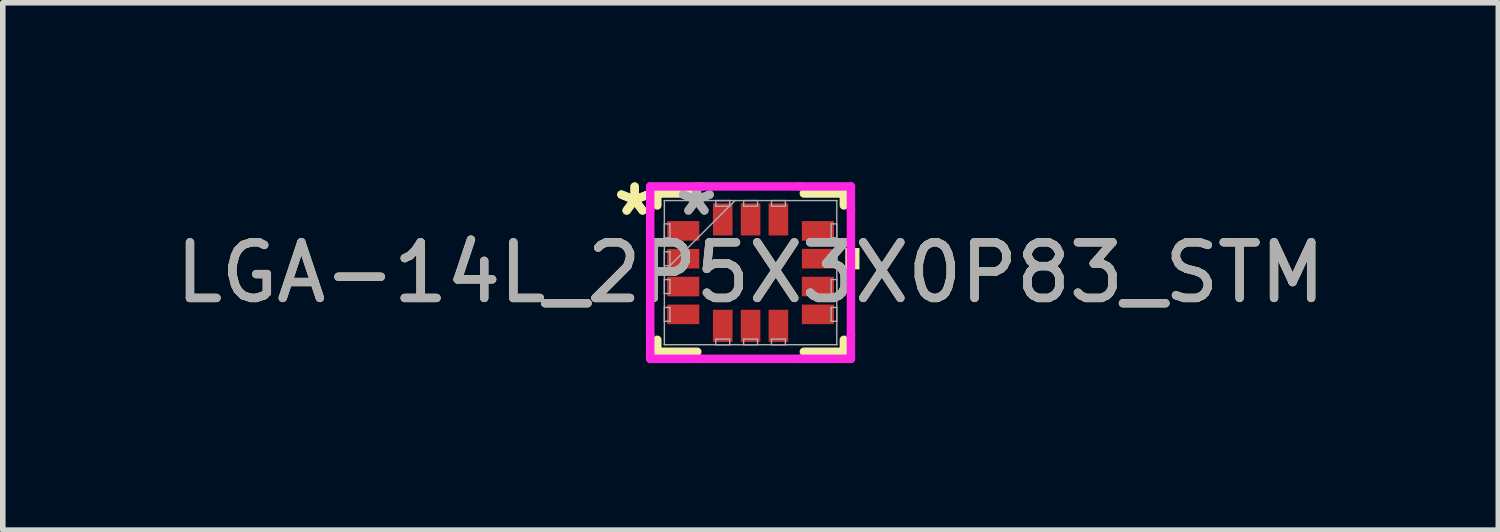
<source format=kicad_pcb>
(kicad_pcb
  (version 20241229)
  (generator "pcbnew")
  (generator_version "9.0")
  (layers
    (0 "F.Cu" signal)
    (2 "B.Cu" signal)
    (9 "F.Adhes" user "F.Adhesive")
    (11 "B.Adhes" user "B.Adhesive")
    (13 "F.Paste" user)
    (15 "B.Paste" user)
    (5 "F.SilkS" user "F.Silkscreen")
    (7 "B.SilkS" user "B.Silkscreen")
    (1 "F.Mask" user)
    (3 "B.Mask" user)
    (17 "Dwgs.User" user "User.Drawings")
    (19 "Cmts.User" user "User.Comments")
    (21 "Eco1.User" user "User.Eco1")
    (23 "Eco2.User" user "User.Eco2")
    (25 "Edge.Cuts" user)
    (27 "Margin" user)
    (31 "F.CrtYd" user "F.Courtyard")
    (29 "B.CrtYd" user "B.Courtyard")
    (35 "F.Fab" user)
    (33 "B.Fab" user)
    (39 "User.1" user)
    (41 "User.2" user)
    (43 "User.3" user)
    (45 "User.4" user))
  (footprint "LGA-14L_2P5X3X0P83_STM"
    (layer "F.Cu")
    (at 10.435 1.848)
    (property "Reference" "LGA-14L_2P5X3X0P83_STM" (at 0 0 0) (unlocked yes) (layer "F.SilkS") (effects (font (size 1 1) (thickness 0.15))))
    (attr smd)
    (fp_line (start -1.676 -1.422) (end -1.676 -1.207) (stroke (width 0.152) (type solid)) (layer "F.SilkS"))
    (fp_line (start -1.676 1.207) (end -1.676 1.422) (stroke (width 0.152) (type solid)) (layer "F.SilkS"))
    (fp_line (start -1.676 1.422) (end -0.957 1.422) (stroke (width 0.152) (type solid)) (layer "F.SilkS"))
    (fp_line (start -0.957 -1.422) (end -1.676 -1.422) (stroke (width 0.152) (type solid)) (layer "F.SilkS"))
    (fp_line (start 0.957 1.422) (end 1.676 1.422) (stroke (width 0.152) (type solid)) (layer "F.SilkS"))
    (fp_line (start 1.676 -1.422) (end 0.957 -1.422) (stroke (width 0.152) (type solid)) (layer "F.SilkS"))
    (fp_line (start 1.676 -1.207) (end 1.676 -1.422) (stroke (width 0.152) (type solid)) (layer "F.SilkS"))
    (fp_line (start 1.676 1.422) (end 1.676 1.207) (stroke (width 0.152) (type solid)) (layer "F.SilkS"))
    (fp_poly (pts (xy 1.956 -0.441) (xy 1.956 -0.059) (xy 1.702 -0.059) (xy 1.702 -0.441)) (stroke (width 0) (type solid)) (fill yes) (layer "F.SilkS"))
    (fp_line (start -1.803 -1.549) (end -0.879 -1.549) (stroke (width 0.152) (type solid)) (layer "F.CrtYd"))
    (fp_line (start -1.803 -1.129) (end -1.803 -1.549) (stroke (width 0.152) (type solid)) (layer "F.CrtYd"))
    (fp_line (start -1.803 -1.129) (end -1.803 -1.129) (stroke (width 0.152) (type solid)) (layer "F.CrtYd"))
    (fp_line (start -1.803 1.129) (end -1.803 -1.129) (stroke (width 0.152) (type solid)) (layer "F.CrtYd"))
    (fp_line (start -1.803 1.129) (end -1.803 1.129) (stroke (width 0.152) (type solid)) (layer "F.CrtYd"))
    (fp_line (start -1.803 1.549) (end -1.803 1.129) (stroke (width 0.152) (type solid)) (layer "F.CrtYd"))
    (fp_line (start -0.879 -1.549) (end -0.879 -1.549) (stroke (width 0.152) (type solid)) (layer "F.CrtYd"))
    (fp_line (start -0.879 -1.549) (end 0.879 -1.549) (stroke (width 0.152) (type solid)) (layer "F.CrtYd"))
    (fp_line (start -0.879 1.549) (end -1.803 1.549) (stroke (width 0.152) (type solid)) (layer "F.CrtYd"))
    (fp_line (start -0.879 1.549) (end -0.879 1.549) (stroke (width 0.152) (type solid)) (layer "F.CrtYd"))
    (fp_line (start 0.879 -1.549) (end 0.879 -1.549) (stroke (width 0.152) (type solid)) (layer "F.CrtYd"))
    (fp_line (start 0.879 -1.549) (end 1.803 -1.549) (stroke (width 0.152) (type solid)) (layer "F.CrtYd"))
    (fp_line (start 0.879 1.549) (end -0.879 1.549) (stroke (width 0.152) (type solid)) (layer "F.CrtYd"))
    (fp_line (start 0.879 1.549) (end 0.879 1.549) (stroke (width 0.152) (type solid)) (layer "F.CrtYd"))
    (fp_line (start 1.803 -1.549) (end 1.803 -1.129) (stroke (width 0.152) (type solid)) (layer "F.CrtYd"))
    (fp_line (start 1.803 -1.129) (end 1.803 -1.129) (stroke (width 0.152) (type solid)) (layer "F.CrtYd"))
    (fp_line (start 1.803 -1.129) (end 1.803 1.129) (stroke (width 0.152) (type solid)) (layer "F.CrtYd"))
    (fp_line (start 1.803 1.129) (end 1.803 1.129) (stroke (width 0.152) (type solid)) (layer "F.CrtYd"))
    (fp_line (start 1.803 1.129) (end 1.803 1.549) (stroke (width 0.152) (type solid)) (layer "F.CrtYd"))
    (fp_line (start 1.803 1.549) (end 0.879 1.549) (stroke (width 0.152) (type solid)) (layer "F.CrtYd"))
    (fp_line (start -1.549 -1.295) (end -1.549 -1.295) (stroke (width 0.025) (type solid)) (layer "F.Fab"))
    (fp_line (start -1.549 -1.295) (end -1.549 1.295) (stroke (width 0.025) (type solid)) (layer "F.Fab"))
    (fp_line (start -1.549 -0.875) (end -1.448 -0.875) (stroke (width 0.025) (type solid)) (layer "F.Fab"))
    (fp_line (start -1.549 -0.625) (end -1.549 -0.875) (stroke (width 0.025) (type solid)) (layer "F.Fab"))
    (fp_line (start -1.549 -0.375) (end -1.448 -0.375) (stroke (width 0.025) (type solid)) (layer "F.Fab"))
    (fp_line (start -1.549 -0.125) (end -1.549 -0.375) (stroke (width 0.025) (type solid)) (layer "F.Fab"))
    (fp_line (start -1.549 -0.025) (end -0.279 -1.295) (stroke (width 0.025) (type solid)) (layer "F.Fab"))
    (fp_line (start -1.549 0.125) (end -1.448 0.125) (stroke (width 0.025) (type solid)) (layer "F.Fab"))
    (fp_line (start -1.549 0.375) (end -1.549 0.125) (stroke (width 0.025) (type solid)) (layer "F.Fab"))
    (fp_line (start -1.549 0.625) (end -1.448 0.625) (stroke (width 0.025) (type solid)) (layer "F.Fab"))
    (fp_line (start -1.549 0.875) (end -1.549 0.625) (stroke (width 0.025) (type solid)) (layer "F.Fab"))
    (fp_line (start -1.549 1.295) (end -1.549 1.295) (stroke (width 0.025) (type solid)) (layer "F.Fab"))
    (fp_line (start -1.549 1.295) (end 1.549 1.295) (stroke (width 0.025) (type solid)) (layer "F.Fab"))
    (fp_line (start -1.448 -0.875) (end -1.448 -0.625) (stroke (width 0.025) (type solid)) (layer "F.Fab"))
    (fp_line (start -1.448 -0.625) (end -1.549 -0.625) (stroke (width 0.025) (type solid)) (layer "F.Fab"))
    (fp_line (start -1.448 -0.375) (end -1.448 -0.125) (stroke (width 0.025) (type solid)) (layer "F.Fab"))
    (fp_line (start -1.448 -0.125) (end -1.549 -0.125) (stroke (width 0.025) (type solid)) (layer "F.Fab"))
    (fp_line (start -1.448 0.125) (end -1.448 0.375) (stroke (width 0.025) (type solid)) (layer "F.Fab"))
    (fp_line (start -1.448 0.375) (end -1.549 0.375) (stroke (width 0.025) (type solid)) (layer "F.Fab"))
    (fp_line (start -1.448 0.625) (end -1.448 0.875) (stroke (width 0.025) (type solid)) (layer "F.Fab"))
    (fp_line (start -1.448 0.875) (end -1.549 0.875) (stroke (width 0.025) (type solid)) (layer "F.Fab"))
    (fp_line (start -0.625 -1.295) (end -0.375 -1.295) (stroke (width 0.025) (type solid)) (layer "F.Fab"))
    (fp_line (start -0.625 -1.194) (end -0.625 -1.295) (stroke (width 0.025) (type solid)) (layer "F.Fab"))
    (fp_line (start -0.625 1.194) (end -0.375 1.194) (stroke (width 0.025) (type solid)) (layer "F.Fab"))
    (fp_line (start -0.625 1.295) (end -0.625 1.194) (stroke (width 0.025) (type solid)) (layer "F.Fab"))
    (fp_line (start -0.375 -1.295) (end -0.375 -1.194) (stroke (width 0.025) (type solid)) (layer "F.Fab"))
    (fp_line (start -0.375 -1.194) (end -0.625 -1.194) (stroke (width 0.025) (type solid)) (layer "F.Fab"))
    (fp_line (start -0.375 1.194) (end -0.375 1.295) (stroke (width 0.025) (type solid)) (layer "F.Fab"))
    (fp_line (start -0.375 1.295) (end -0.625 1.295) (stroke (width 0.025) (type solid)) (layer "F.Fab"))
    (fp_line (start -0.125 -1.295) (end 0.125 -1.295) (stroke (width 0.025) (type solid)) (layer "F.Fab"))
    (fp_line (start -0.125 -1.194) (end -0.125 -1.295) (stroke (width 0.025) (type solid)) (layer "F.Fab"))
    (fp_line (start -0.125 1.194) (end 0.125 1.194) (stroke (width 0.025) (type solid)) (layer "F.Fab"))
    (fp_line (start -0.125 1.295) (end -0.125 1.194) (stroke (width 0.025) (type solid)) (layer "F.Fab"))
    (fp_line (start 0.125 -1.295) (end 0.125 -1.194) (stroke (width 0.025) (type solid)) (layer "F.Fab"))
    (fp_line (start 0.125 -1.194) (end -0.125 -1.194) (stroke (width 0.025) (type solid)) (layer "F.Fab"))
    (fp_line (start 0.125 1.194) (end 0.125 1.295) (stroke (width 0.025) (type solid)) (layer "F.Fab"))
    (fp_line (start 0.125 1.295) (end -0.125 1.295) (stroke (width 0.025) (type solid)) (layer "F.Fab"))
    (fp_line (start 0.375 -1.295) (end 0.625 -1.295) (stroke (width 0.025) (type solid)) (layer "F.Fab"))
    (fp_line (start 0.375 -1.194) (end 0.375 -1.295) (stroke (width 0.025) (type solid)) (layer "F.Fab"))
    (fp_line (start 0.375 1.194) (end 0.625 1.194) (stroke (width 0.025) (type solid)) (layer "F.Fab"))
    (fp_line (start 0.375 1.295) (end 0.375 1.194) (stroke (width 0.025) (type solid)) (layer "F.Fab"))
    (fp_line (start 0.625 -1.295) (end 0.625 -1.194) (stroke (width 0.025) (type solid)) (layer "F.Fab"))
    (fp_line (start 0.625 -1.194) (end 0.375 -1.194) (stroke (width 0.025) (type solid)) (layer "F.Fab"))
    (fp_line (start 0.625 1.194) (end 0.625 1.295) (stroke (width 0.025) (type solid)) (layer "F.Fab"))
    (fp_line (start 0.625 1.295) (end 0.375 1.295) (stroke (width 0.025) (type solid)) (layer "F.Fab"))
    (fp_line (start 1.448 -0.875) (end 1.549 -0.875) (stroke (width 0.025) (type solid)) (layer "F.Fab"))
    (fp_line (start 1.448 -0.625) (end 1.448 -0.875) (stroke (width 0.025) (type solid)) (layer "F.Fab"))
    (fp_line (start 1.448 -0.375) (end 1.549 -0.375) (stroke (width 0.025) (type solid)) (layer "F.Fab"))
    (fp_line (start 1.448 -0.125) (end 1.448 -0.375) (stroke (width 0.025) (type solid)) (layer "F.Fab"))
    (fp_line (start 1.448 0.125) (end 1.549 0.125) (stroke (width 0.025) (type solid)) (layer "F.Fab"))
    (fp_line (start 1.448 0.375) (end 1.448 0.125) (stroke (width 0.025) (type solid)) (layer "F.Fab"))
    (fp_line (start 1.448 0.625) (end 1.549 0.625) (stroke (width 0.025) (type solid)) (layer "F.Fab"))
    (fp_line (start 1.448 0.875) (end 1.448 0.625) (stroke (width 0.025) (type solid)) (layer "F.Fab"))
    (fp_line (start 1.549 -1.295) (end -1.549 -1.295) (stroke (width 0.025) (type solid)) (layer "F.Fab"))
    (fp_line (start 1.549 -1.295) (end 1.549 -1.295) (stroke (width 0.025) (type solid)) (layer "F.Fab"))
    (fp_line (start 1.549 -0.875) (end 1.549 -0.625) (stroke (width 0.025) (type solid)) (layer "F.Fab"))
    (fp_line (start 1.549 -0.625) (end 1.448 -0.625) (stroke (width 0.025) (type solid)) (layer "F.Fab"))
    (fp_line (start 1.549 -0.375) (end 1.549 -0.125) (stroke (width 0.025) (type solid)) (layer "F.Fab"))
    (fp_line (start 1.549 -0.125) (end 1.448 -0.125) (stroke (width 0.025) (type solid)) (layer "F.Fab"))
    (fp_line (start 1.549 0.125) (end 1.549 0.375) (stroke (width 0.025) (type solid)) (layer "F.Fab"))
    (fp_line (start 1.549 0.375) (end 1.448 0.375) (stroke (width 0.025) (type solid)) (layer "F.Fab"))
    (fp_line (start 1.549 0.625) (end 1.549 0.875) (stroke (width 0.025) (type solid)) (layer "F.Fab"))
    (fp_line (start 1.549 0.875) (end 1.448 0.875) (stroke (width 0.025) (type solid)) (layer "F.Fab"))
    (fp_line (start 1.549 1.295) (end 1.549 -1.295) (stroke (width 0.025) (type solid)) (layer "F.Fab"))
    (fp_line (start 1.549 1.295) (end 1.549 1.295) (stroke (width 0.025) (type solid)) (layer "F.Fab"))
    (fp_text user "*" (at -2.083 -1 0) (unlocked yes) (layer "F.SilkS") (effects (font (size 1 1) (thickness 0.15))))
    (fp_text user "*" (at -2.083 -1 0) (layer "F.SilkS") (effects (font (size 1 1) (thickness 0.15))))
    (fp_text user "${REFERENCE}" (at 0 0 0) (unlocked yes) (layer "F.Fab") (effects (font (size 1 1) (thickness 0.15))))
    (fp_text user "*" (at -0.973 -1 0) (unlocked yes) (layer "F.Fab") (effects (font (size 1 1) (thickness 0.15))))
    (fp_text user "*" (at -0.973 -1 0) (layer "F.Fab") (effects (font (size 1 1) (thickness 0.15))))
    (pad "1" smd rect (at -1.21 -0.75 90) (size 0.352 0.577) (layers "F.Cu" "F.Mask" "F.Paste"))
    (pad "2" smd rect (at -1.21 -0.25 90) (size 0.352 0.577) (layers "F.Cu" "F.Mask" "F.Paste"))
    (pad "3" smd rect (at -1.21 0.25 90) (size 0.352 0.577) (layers "F.Cu" "F.Mask" "F.Paste"))
    (pad "4" smd rect (at -1.21 0.75 90) (size 0.352 0.577) (layers "F.Cu" "F.Mask" "F.Paste"))
    (pad "5" smd rect (at -0.5 0.956) (size 0.352 0.577) (layers "F.Cu" "F.Mask" "F.Paste"))
    (pad "6" smd rect (at 0 0.956) (size 0.352 0.577) (layers "F.Cu" "F.Mask" "F.Paste"))
    (pad "7" smd rect (at 0.5 0.956) (size 0.352 0.577) (layers "F.Cu" "F.Mask" "F.Paste"))
    (pad "8" smd rect (at 1.21 0.75 90) (size 0.352 0.577) (layers "F.Cu" "F.Mask" "F.Paste"))
    (pad "9" smd rect (at 1.21 0.25 90) (size 0.352 0.577) (layers "F.Cu" "F.Mask" "F.Paste"))
    (pad "10" smd rect (at 1.21 -0.25 90) (size 0.352 0.577) (layers "F.Cu" "F.Mask" "F.Paste"))
    (pad "11" smd rect (at 1.21 -0.75 90) (size 0.352 0.577) (layers "F.Cu" "F.Mask" "F.Paste"))
    (pad "12" smd rect (at 0.5 -0.956) (size 0.352 0.577) (layers "F.Cu" "F.Mask" "F.Paste"))
    (pad "13" smd rect (at 0 -0.956) (size 0.352 0.577) (layers "F.Cu" "F.Mask" "F.Paste"))
    (pad "14" smd rect (at -0.5 -0.956) (size 0.352 0.577) (layers "F.Cu" "F.Mask" "F.Paste")))
  (gr_rect
    (start -3 -3)
    (end 23.869 6.474)
    (stroke (width 0.1) (type default))
    (fill no)
    (layer "Edge.Cuts")))
</source>
